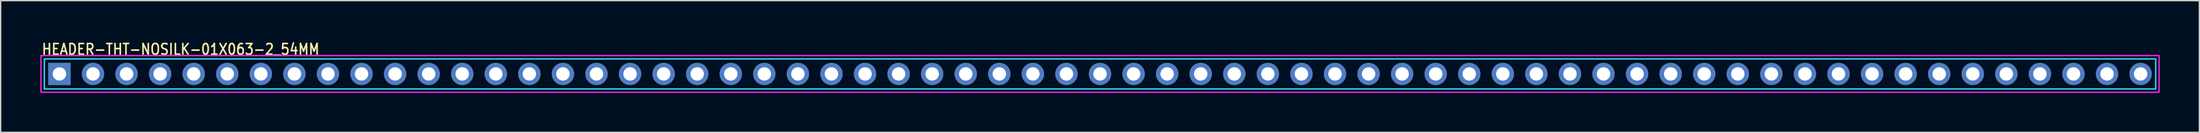
<source format=kicad_pcb>
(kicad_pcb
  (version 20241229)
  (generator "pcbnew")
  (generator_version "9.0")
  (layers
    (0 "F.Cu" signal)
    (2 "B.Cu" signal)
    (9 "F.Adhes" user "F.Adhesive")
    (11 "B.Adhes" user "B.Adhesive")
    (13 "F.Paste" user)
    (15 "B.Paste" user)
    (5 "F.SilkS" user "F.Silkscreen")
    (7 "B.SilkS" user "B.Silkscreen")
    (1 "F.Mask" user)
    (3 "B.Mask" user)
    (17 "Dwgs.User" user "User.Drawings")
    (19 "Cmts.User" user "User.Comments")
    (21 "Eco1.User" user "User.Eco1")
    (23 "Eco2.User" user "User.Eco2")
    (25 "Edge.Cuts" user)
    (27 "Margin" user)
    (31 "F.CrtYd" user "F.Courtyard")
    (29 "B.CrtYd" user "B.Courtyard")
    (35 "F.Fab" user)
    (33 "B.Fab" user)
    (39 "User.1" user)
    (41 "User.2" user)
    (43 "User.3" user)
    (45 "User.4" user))
  (footprint "HEADER-THT-NOSILK-01X063-2_54MM"
    (layer "F.Cu")
    (at 1.447 2.579)
    (property "Reference" "HEADER-THT-NOSILK-01X063-2_54MM" (at -1.4 -1.4 0) (unlocked yes) (layer "F.SilkS") (effects (font (size 0.813 0.695) (thickness 0.122)) (justify left bottom)))
    (fp_poly (pts (xy -1.143 -1.143) (xy 158.623 -1.143) (xy 158.623 1.143) (xy -1.143 1.143)) (stroke (width 0.1) (type solid)) (fill no) (layer "B.CrtYd"))
    (fp_poly (pts (xy -1.397 -1.397) (xy 158.877 -1.397) (xy 158.877 1.397) (xy -1.397 1.397)) (stroke (width 0.1) (type solid)) (fill no) (layer "F.CrtYd"))
    (pad "1" thru_hole rect (at 0 0) (size 1.693 1.693) (drill 1.016) (layers "*.Cu" "*.Mask"))
    (pad "2" thru_hole oval (at 2.54 0) (size 1.693 1.693) (drill 1.016) (layers "*.Cu" "*.Mask"))
    (pad "3" thru_hole oval (at 5.08 0) (size 1.693 1.693) (drill 1.016) (layers "*.Cu" "*.Mask"))
    (pad "4" thru_hole oval (at 7.62 0) (size 1.693 1.693) (drill 1.016) (layers "*.Cu" "*.Mask"))
    (pad "5" thru_hole oval (at 10.16 0) (size 1.693 1.693) (drill 1.016) (layers "*.Cu" "*.Mask"))
    (pad "6" thru_hole oval (at 12.7 0) (size 1.693 1.693) (drill 1.016) (layers "*.Cu" "*.Mask"))
    (pad "7" thru_hole oval (at 15.24 0) (size 1.693 1.693) (drill 1.016) (layers "*.Cu" "*.Mask"))
    (pad "8" thru_hole oval (at 17.78 0) (size 1.693 1.693) (drill 1.016) (layers "*.Cu" "*.Mask"))
    (pad "9" thru_hole oval (at 20.32 0) (size 1.693 1.693) (drill 1.016) (layers "*.Cu" "*.Mask"))
    (pad "10" thru_hole oval (at 22.86 0) (size 1.693 1.693) (drill 1.016) (layers "*.Cu" "*.Mask"))
    (pad "11" thru_hole oval (at 25.4 0) (size 1.693 1.693) (drill 1.016) (layers "*.Cu" "*.Mask"))
    (pad "12" thru_hole oval (at 27.94 0) (size 1.693 1.693) (drill 1.016) (layers "*.Cu" "*.Mask"))
    (pad "13" thru_hole oval (at 30.48 0) (size 1.693 1.693) (drill 1.016) (layers "*.Cu" "*.Mask"))
    (pad "14" thru_hole oval (at 33.02 0) (size 1.693 1.693) (drill 1.016) (layers "*.Cu" "*.Mask"))
    (pad "15" thru_hole oval (at 35.56 0) (size 1.693 1.693) (drill 1.016) (layers "*.Cu" "*.Mask"))
    (pad "16" thru_hole oval (at 38.1 0) (size 1.693 1.693) (drill 1.016) (layers "*.Cu" "*.Mask"))
    (pad "17" thru_hole oval (at 40.64 0) (size 1.693 1.693) (drill 1.016) (layers "*.Cu" "*.Mask"))
    (pad "18" thru_hole oval (at 43.18 0) (size 1.693 1.693) (drill 1.016) (layers "*.Cu" "*.Mask"))
    (pad "19" thru_hole oval (at 45.72 0) (size 1.693 1.693) (drill 1.016) (layers "*.Cu" "*.Mask"))
    (pad "20" thru_hole oval (at 48.26 0) (size 1.693 1.693) (drill 1.016) (layers "*.Cu" "*.Mask"))
    (pad "21" thru_hole oval (at 50.8 0) (size 1.693 1.693) (drill 1.016) (layers "*.Cu" "*.Mask"))
    (pad "22" thru_hole oval (at 53.34 0) (size 1.693 1.693) (drill 1.016) (layers "*.Cu" "*.Mask"))
    (pad "23" thru_hole oval (at 55.88 0) (size 1.693 1.693) (drill 1.016) (layers "*.Cu" "*.Mask"))
    (pad "24" thru_hole oval (at 58.42 0) (size 1.693 1.693) (drill 1.016) (layers "*.Cu" "*.Mask"))
    (pad "25" thru_hole oval (at 60.96 0) (size 1.693 1.693) (drill 1.016) (layers "*.Cu" "*.Mask"))
    (pad "26" thru_hole oval (at 63.5 0) (size 1.693 1.693) (drill 1.016) (layers "*.Cu" "*.Mask"))
    (pad "27" thru_hole oval (at 66.04 0) (size 1.693 1.693) (drill 1.016) (layers "*.Cu" "*.Mask"))
    (pad "28" thru_hole oval (at 68.58 0) (size 1.693 1.693) (drill 1.016) (layers "*.Cu" "*.Mask"))
    (pad "29" thru_hole oval (at 71.12 0) (size 1.693 1.693) (drill 1.016) (layers "*.Cu" "*.Mask"))
    (pad "30" thru_hole oval (at 73.66 0) (size 1.693 1.693) (drill 1.016) (layers "*.Cu" "*.Mask"))
    (pad "31" thru_hole oval (at 76.2 0) (size 1.693 1.693) (drill 1.016) (layers "*.Cu" "*.Mask"))
    (pad "32" thru_hole oval (at 78.74 0) (size 1.693 1.693) (drill 1.016) (layers "*.Cu" "*.Mask"))
    (pad "33" thru_hole oval (at 81.28 0) (size 1.693 1.693) (drill 1.016) (layers "*.Cu" "*.Mask"))
    (pad "34" thru_hole oval (at 83.82 0) (size 1.693 1.693) (drill 1.016) (layers "*.Cu" "*.Mask"))
    (pad "35" thru_hole oval (at 86.36 0) (size 1.693 1.693) (drill 1.016) (layers "*.Cu" "*.Mask"))
    (pad "36" thru_hole oval (at 88.9 0) (size 1.693 1.693) (drill 1.016) (layers "*.Cu" "*.Mask"))
    (pad "37" thru_hole oval (at 91.44 0) (size 1.693 1.693) (drill 1.016) (layers "*.Cu" "*.Mask"))
    (pad "38" thru_hole oval (at 93.98 0) (size 1.693 1.693) (drill 1.016) (layers "*.Cu" "*.Mask"))
    (pad "39" thru_hole oval (at 96.52 0) (size 1.693 1.693) (drill 1.016) (layers "*.Cu" "*.Mask"))
    (pad "40" thru_hole oval (at 99.06 0) (size 1.693 1.693) (drill 1.016) (layers "*.Cu" "*.Mask"))
    (pad "41" thru_hole oval (at 101.6 0) (size 1.693 1.693) (drill 1.016) (layers "*.Cu" "*.Mask"))
    (pad "42" thru_hole oval (at 104.14 0) (size 1.693 1.693) (drill 1.016) (layers "*.Cu" "*.Mask"))
    (pad "43" thru_hole oval (at 106.68 0) (size 1.693 1.693) (drill 1.016) (layers "*.Cu" "*.Mask"))
    (pad "44" thru_hole oval (at 109.22 0) (size 1.693 1.693) (drill 1.016) (layers "*.Cu" "*.Mask"))
    (pad "45" thru_hole oval (at 111.76 0) (size 1.693 1.693) (drill 1.016) (layers "*.Cu" "*.Mask"))
    (pad "46" thru_hole oval (at 114.3 0) (size 1.693 1.693) (drill 1.016) (layers "*.Cu" "*.Mask"))
    (pad "47" thru_hole oval (at 116.84 0) (size 1.693 1.693) (drill 1.016) (layers "*.Cu" "*.Mask"))
    (pad "48" thru_hole oval (at 119.38 0) (size 1.693 1.693) (drill 1.016) (layers "*.Cu" "*.Mask"))
    (pad "49" thru_hole oval (at 121.92 0) (size 1.693 1.693) (drill 1.016) (layers "*.Cu" "*.Mask"))
    (pad "50" thru_hole oval (at 124.46 0) (size 1.693 1.693) (drill 1.016) (layers "*.Cu" "*.Mask"))
    (pad "51" thru_hole oval (at 127 0) (size 1.693 1.693) (drill 1.016) (layers "*.Cu" "*.Mask"))
    (pad "52" thru_hole oval (at 129.54 0) (size 1.693 1.693) (drill 1.016) (layers "*.Cu" "*.Mask"))
    (pad "53" thru_hole oval (at 132.08 0) (size 1.693 1.693) (drill 1.016) (layers "*.Cu" "*.Mask"))
    (pad "54" thru_hole oval (at 134.62 0) (size 1.693 1.693) (drill 1.016) (layers "*.Cu" "*.Mask"))
    (pad "55" thru_hole oval (at 137.16 0) (size 1.693 1.693) (drill 1.016) (layers "*.Cu" "*.Mask"))
    (pad "56" thru_hole oval (at 139.7 0) (size 1.693 1.693) (drill 1.016) (layers "*.Cu" "*.Mask"))
    (pad "57" thru_hole oval (at 142.24 0) (size 1.693 1.693) (drill 1.016) (layers "*.Cu" "*.Mask"))
    (pad "58" thru_hole oval (at 144.78 0) (size 1.693 1.693) (drill 1.016) (layers "*.Cu" "*.Mask"))
    (pad "59" thru_hole oval (at 147.32 0) (size 1.693 1.693) (drill 1.016) (layers "*.Cu" "*.Mask"))
    (pad "60" thru_hole oval (at 149.86 0) (size 1.693 1.693) (drill 1.016) (layers "*.Cu" "*.Mask"))
    (pad "61" thru_hole oval (at 152.4 0) (size 1.693 1.693) (drill 1.016) (layers "*.Cu" "*.Mask"))
    (pad "62" thru_hole oval (at 154.94 0) (size 1.693 1.693) (drill 1.016) (layers "*.Cu" "*.Mask"))
    (pad "63" thru_hole oval (at 157.48 0) (size 1.693 1.693) (drill 1.016) (layers "*.Cu" "*.Mask")))
  (gr_rect
    (start -3 -3)
    (end 163.374 7.026)
    (stroke (width 0.1) (type default))
    (fill no)
    (layer "Edge.Cuts")))
</source>
